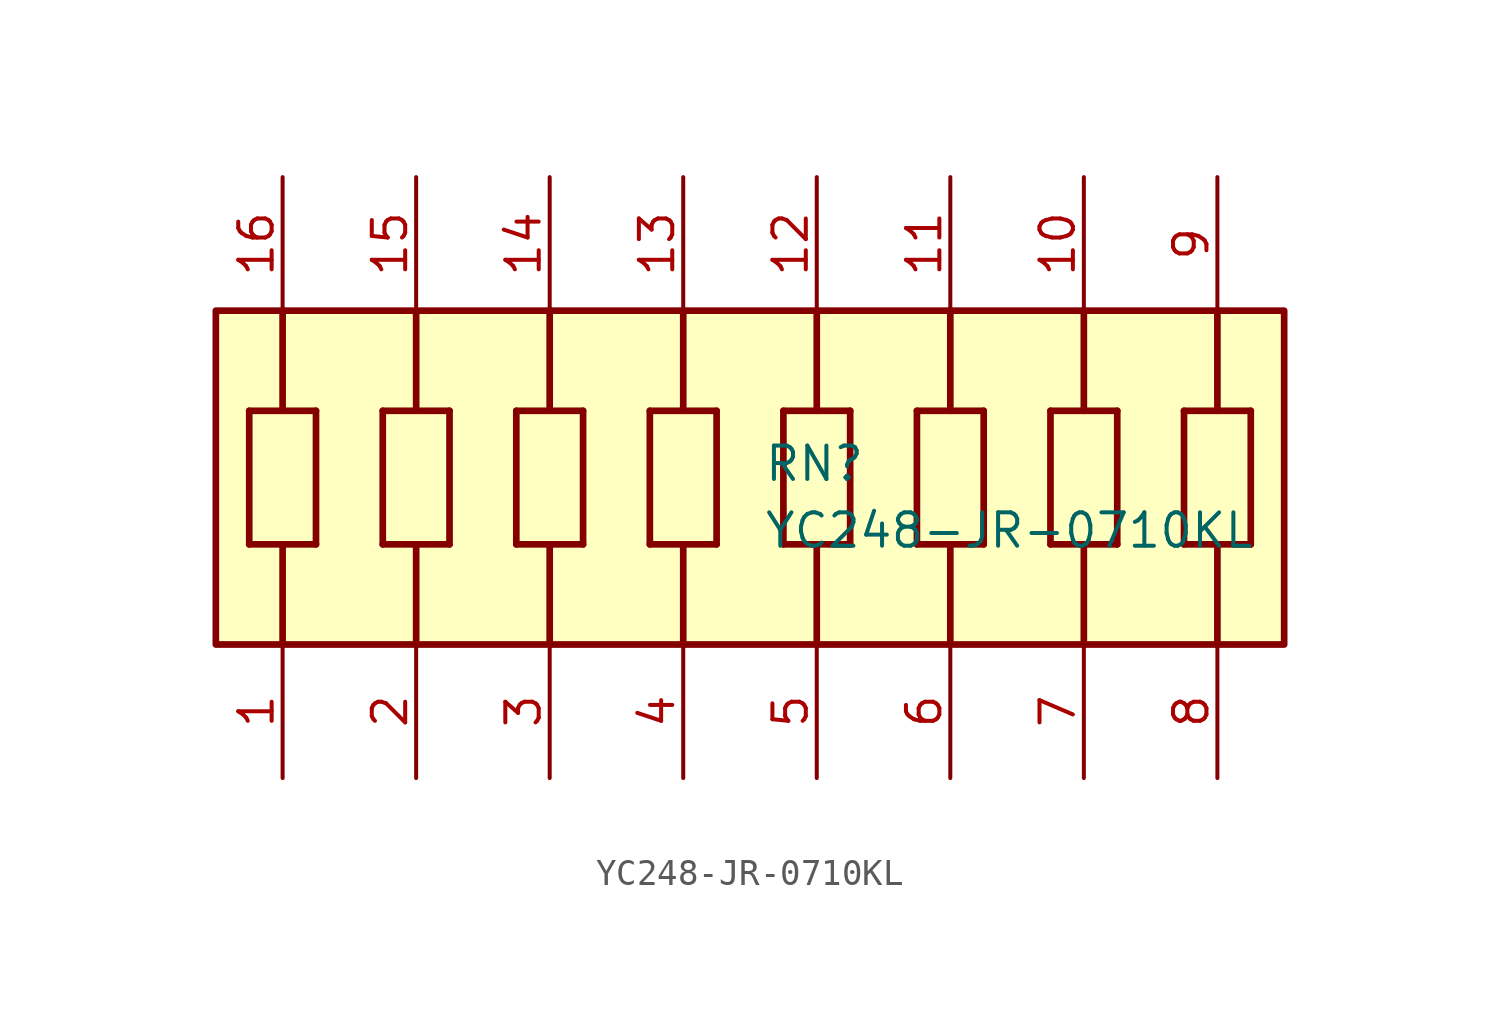
<source format=kicad_sym>
(kicad_symbol_lib
  (version 20231120)
  (generator "kicad_symbol_editor")
  (generator_version "8.0")
  (symbol "YC248-JR-0710KL"
    (pin_names hide)
    (property "Reference" "RN"
      (at 25.908 -2.54 0)
      (effects (font (size 1.27 1.27)) (justify left top)))
    (property "Value" "YC248-JR-0710KL"
      (at 25.908 -5.08 0)
      (effects (font (size 1.27 1.27)) (justify left top)))
    (symbol "YC248-JR-0710KL_1_1"
      (polyline (pts (xy 6.35 -1.27) (xy 6.35 -6.35)) (stroke (width 0.254) (type default)) (fill (type none)))
      (polyline (pts (xy 6.35 -1.27) (xy 8.89 -1.27)) (stroke (width 0.254) (type default)) (fill (type none)))
      (polyline (pts (xy 7.62 -6.35) (xy 7.62 -10.16)) (stroke (width 0.254) (type default)) (fill (type none)))
      (polyline (pts (xy 7.62 -1.27) (xy 7.62 2.54)) (stroke (width 0.254) (type default)) (fill (type none)))
      (polyline (pts (xy 8.89 -6.35) (xy 6.35 -6.35)) (stroke (width 0.254) (type default)) (fill (type none)))
      (polyline (pts (xy 8.89 -6.35) (xy 8.89 -1.27)) (stroke (width 0.254) (type default)) (fill (type none)))
      (polyline (pts (xy 11.43 -1.27) (xy 11.43 -6.35)) (stroke (width 0.254) (type default)) (fill (type none)))
      (polyline (pts (xy 11.43 -1.27) (xy 13.97 -1.27)) (stroke (width 0.254) (type default)) (fill (type none)))
      (polyline (pts (xy 12.7 -6.35) (xy 12.7 -10.16)) (stroke (width 0.254) (type default)) (fill (type none)))
      (polyline (pts (xy 12.7 -1.27) (xy 12.7 2.54)) (stroke (width 0.254) (type default)) (fill (type none)))
      (polyline (pts (xy 13.97 -6.35) (xy 11.43 -6.35)) (stroke (width 0.254) (type default)) (fill (type none)))
      (polyline (pts (xy 13.97 -6.35) (xy 13.97 -1.27)) (stroke (width 0.254) (type default)) (fill (type none)))
      (polyline (pts (xy 16.51 -1.27) (xy 16.51 -6.35)) (stroke (width 0.254) (type default)) (fill (type none)))
      (polyline (pts (xy 16.51 -1.27) (xy 19.05 -1.27)) (stroke (width 0.254) (type default)) (fill (type none)))
      (polyline (pts (xy 17.78 -6.35) (xy 17.78 -10.16)) (stroke (width 0.254) (type default)) (fill (type none)))
      (polyline (pts (xy 17.78 -1.27) (xy 17.78 2.54)) (stroke (width 0.254) (type default)) (fill (type none)))
      (polyline (pts (xy 19.05 -6.35) (xy 16.51 -6.35)) (stroke (width 0.254) (type default)) (fill (type none)))
      (polyline (pts (xy 19.05 -6.35) (xy 19.05 -1.27)) (stroke (width 0.254) (type default)) (fill (type none)))
      (polyline (pts (xy 21.59 -1.27) (xy 21.59 -6.35)) (stroke (width 0.254) (type default)) (fill (type none)))
      (polyline (pts (xy 21.59 -1.27) (xy 24.13 -1.27)) (stroke (width 0.254) (type default)) (fill (type none)))
      (polyline (pts (xy 22.86 -6.35) (xy 22.86 -10.16)) (stroke (width 0.254) (type default)) (fill (type none)))
      (polyline (pts (xy 22.86 -1.27) (xy 22.86 2.54)) (stroke (width 0.254) (type default)) (fill (type none)))
      (polyline (pts (xy 24.13 -6.35) (xy 21.59 -6.35)) (stroke (width 0.254) (type default)) (fill (type none)))
      (polyline (pts (xy 24.13 -6.35) (xy 24.13 -1.27)) (stroke (width 0.254) (type default)) (fill (type none)))
      (polyline (pts (xy 26.67 -1.27) (xy 26.67 -6.35)) (stroke (width 0.254) (type default)) (fill (type none)))
      (polyline (pts (xy 26.67 -1.27) (xy 29.21 -1.27)) (stroke (width 0.254) (type default)) (fill (type none)))
      (polyline (pts (xy 27.94 -6.35) (xy 27.94 -10.16)) (stroke (width 0.254) (type default)) (fill (type none)))
      (polyline (pts (xy 27.94 -1.27) (xy 27.94 2.54)) (stroke (width 0.254) (type default)) (fill (type none)))
      (polyline (pts (xy 29.21 -6.35) (xy 26.67 -6.35)) (stroke (width 0.254) (type default)) (fill (type none)))
      (polyline (pts (xy 29.21 -6.35) (xy 29.21 -1.27)) (stroke (width 0.254) (type default)) (fill (type none)))
      (polyline (pts (xy 31.75 -1.27) (xy 31.75 -6.35)) (stroke (width 0.254) (type default)) (fill (type none)))
      (polyline (pts (xy 31.75 -1.27) (xy 34.29 -1.27)) (stroke (width 0.254) (type default)) (fill (type none)))
      (polyline (pts (xy 33.02 -6.35) (xy 33.02 -10.16)) (stroke (width 0.254) (type default)) (fill (type none)))
      (polyline (pts (xy 33.02 -1.27) (xy 33.02 2.54)) (stroke (width 0.254) (type default)) (fill (type none)))
      (polyline (pts (xy 34.29 -6.35) (xy 31.75 -6.35)) (stroke (width 0.254) (type default)) (fill (type none)))
      (polyline (pts (xy 34.29 -6.35) (xy 34.29 -1.27)) (stroke (width 0.254) (type default)) (fill (type none)))
      (polyline (pts (xy 36.83 -1.27) (xy 36.83 -6.35)) (stroke (width 0.254) (type default)) (fill (type none)))
      (polyline (pts (xy 36.83 -1.27) (xy 39.37 -1.27)) (stroke (width 0.254) (type default)) (fill (type none)))
      (polyline (pts (xy 38.1 -6.35) (xy 38.1 -10.16)) (stroke (width 0.254) (type default)) (fill (type none)))
      (polyline (pts (xy 38.1 -1.27) (xy 38.1 2.54)) (stroke (width 0.254) (type default)) (fill (type none)))
      (polyline (pts (xy 39.37 -6.35) (xy 36.83 -6.35)) (stroke (width 0.254) (type default)) (fill (type none)))
      (polyline (pts (xy 39.37 -6.35) (xy 39.37 -1.27)) (stroke (width 0.254) (type default)) (fill (type none)))
      (polyline (pts (xy 41.91 -1.27) (xy 41.91 -6.35)) (stroke (width 0.254) (type default)) (fill (type none)))
      (polyline (pts (xy 41.91 -1.27) (xy 44.45 -1.27)) (stroke (width 0.254) (type default)) (fill (type none)))
      (polyline (pts (xy 43.18 -6.35) (xy 43.18 -10.16)) (stroke (width 0.254) (type default)) (fill (type none)))
      (polyline (pts (xy 43.18 -1.27) (xy 43.18 2.54)) (stroke (width 0.254) (type default)) (fill (type none)))
      (polyline (pts (xy 44.45 -6.35) (xy 41.91 -6.35)) (stroke (width 0.254) (type default)) (fill (type none)))
      (polyline (pts (xy 44.45 -6.35) (xy 44.45 -1.27)) (stroke (width 0.254) (type default)) (fill (type none)))
      (rectangle (start 5.08 2.54) (end 45.72 -10.16) (stroke (width 0.254) (type default)) (fill (type background)))
      (pin passive line (at 7.62 -15.24 90) (length 5.08) (name "1" (effects (font (size 1.27 1.27)))) (number "1" (effects (font (size 1.27 1.27)))))
      (pin passive line (at 38.1 7.62 270) (length 5.08) (name "10" (effects (font (size 1.27 1.27)))) (number "10" (effects (font (size 1.27 1.27)))))
      (pin passive line (at 33.02 7.62 270) (length 5.08) (name "11" (effects (font (size 1.27 1.27)))) (number "11" (effects (font (size 1.27 1.27)))))
      (pin passive line (at 27.94 7.62 270) (length 5.08) (name "12" (effects (font (size 1.27 1.27)))) (number "12" (effects (font (size 1.27 1.27)))))
      (pin passive line (at 22.86 7.62 270) (length 5.08) (name "13" (effects (font (size 1.27 1.27)))) (number "13" (effects (font (size 1.27 1.27)))))
      (pin passive line (at 17.78 7.62 270) (length 5.08) (name "14" (effects (font (size 1.27 1.27)))) (number "14" (effects (font (size 1.27 1.27)))))
      (pin passive line (at 12.7 7.62 270) (length 5.08) (name "15" (effects (font (size 1.27 1.27)))) (number "15" (effects (font (size 1.27 1.27)))))
      (pin passive line (at 7.62 7.62 270) (length 5.08) (name "16" (effects (font (size 1.27 1.27)))) (number "16" (effects (font (size 1.27 1.27)))))
      (pin passive line (at 12.7 -15.24 90) (length 5.08) (name "2" (effects (font (size 1.27 1.27)))) (number "2" (effects (font (size 1.27 1.27)))))
      (pin passive line (at 17.78 -15.24 90) (length 5.08) (name "3" (effects (font (size 1.27 1.27)))) (number "3" (effects (font (size 1.27 1.27)))))
      (pin passive line (at 22.86 -15.24 90) (length 5.08) (name "4" (effects (font (size 1.27 1.27)))) (number "4" (effects (font (size 1.27 1.27)))))
      (pin passive line (at 27.94 -15.24 90) (length 5.08) (name "5" (effects (font (size 1.27 1.27)))) (number "5" (effects (font (size 1.27 1.27)))))
      (pin passive line (at 33.02 -15.24 90) (length 5.08) (name "6" (effects (font (size 1.27 1.27)))) (number "6" (effects (font (size 1.27 1.27)))))
      (pin passive line (at 38.1 -15.24 90) (length 5.08) (name "7" (effects (font (size 1.27 1.27)))) (number "7" (effects (font (size 1.27 1.27)))))
      (pin passive line (at 43.18 -15.24 90) (length 5.08) (name "8" (effects (font (size 1.27 1.27)))) (number "8" (effects (font (size 1.27 1.27)))))
      (pin passive line (at 43.18 7.62 270) (length 5.08) (name "9" (effects (font (size 1.27 1.27)))) (number "9" (effects (font (size 1.27 1.27))))))))
</source>
